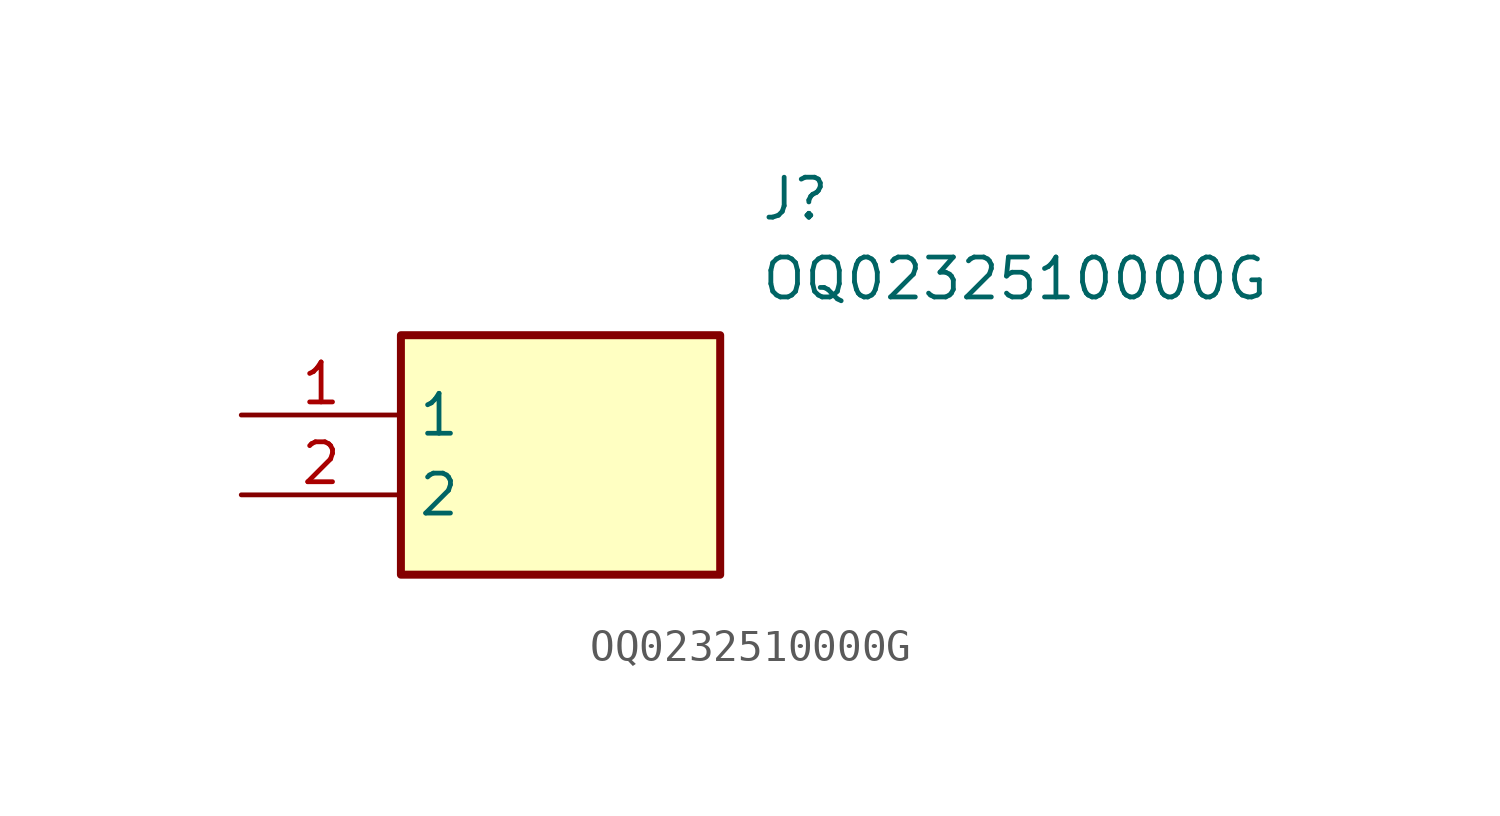
<source format=kicad_sym>
(kicad_symbol_lib
  (version 20211014)
  (generator SamacSys_ECAD_Model)
  (symbol "OQ0232510000G"
    (property "Reference" "J"
      (at 16.51 7.62 0)
      (effects (font (size 1.27 1.27)) (justify left top)))
    (property "Value" "OQ0232510000G"
      (at 16.51 5.08 0)
      (effects (font (size 1.27 1.27)) (justify left top)))
    (rectangle
      (start 5.08 2.54)
      (end 15.24 -5.08)
      (stroke (width 0.254) (type default))
      (fill (type background)))
    (pin passive line
      (at 0 0 0)
      (length 5.08)
      (name "1" (effects (font (size 1.27 1.27))))
      (number "1" (effects (font (size 1.27 1.27)))))
    (pin passive line
      (at 0 -2.54 0)
      (length 5.08)
      (name "2" (effects (font (size 1.27 1.27))))
      (number "2" (effects (font (size 1.27 1.27)))))))
</source>
